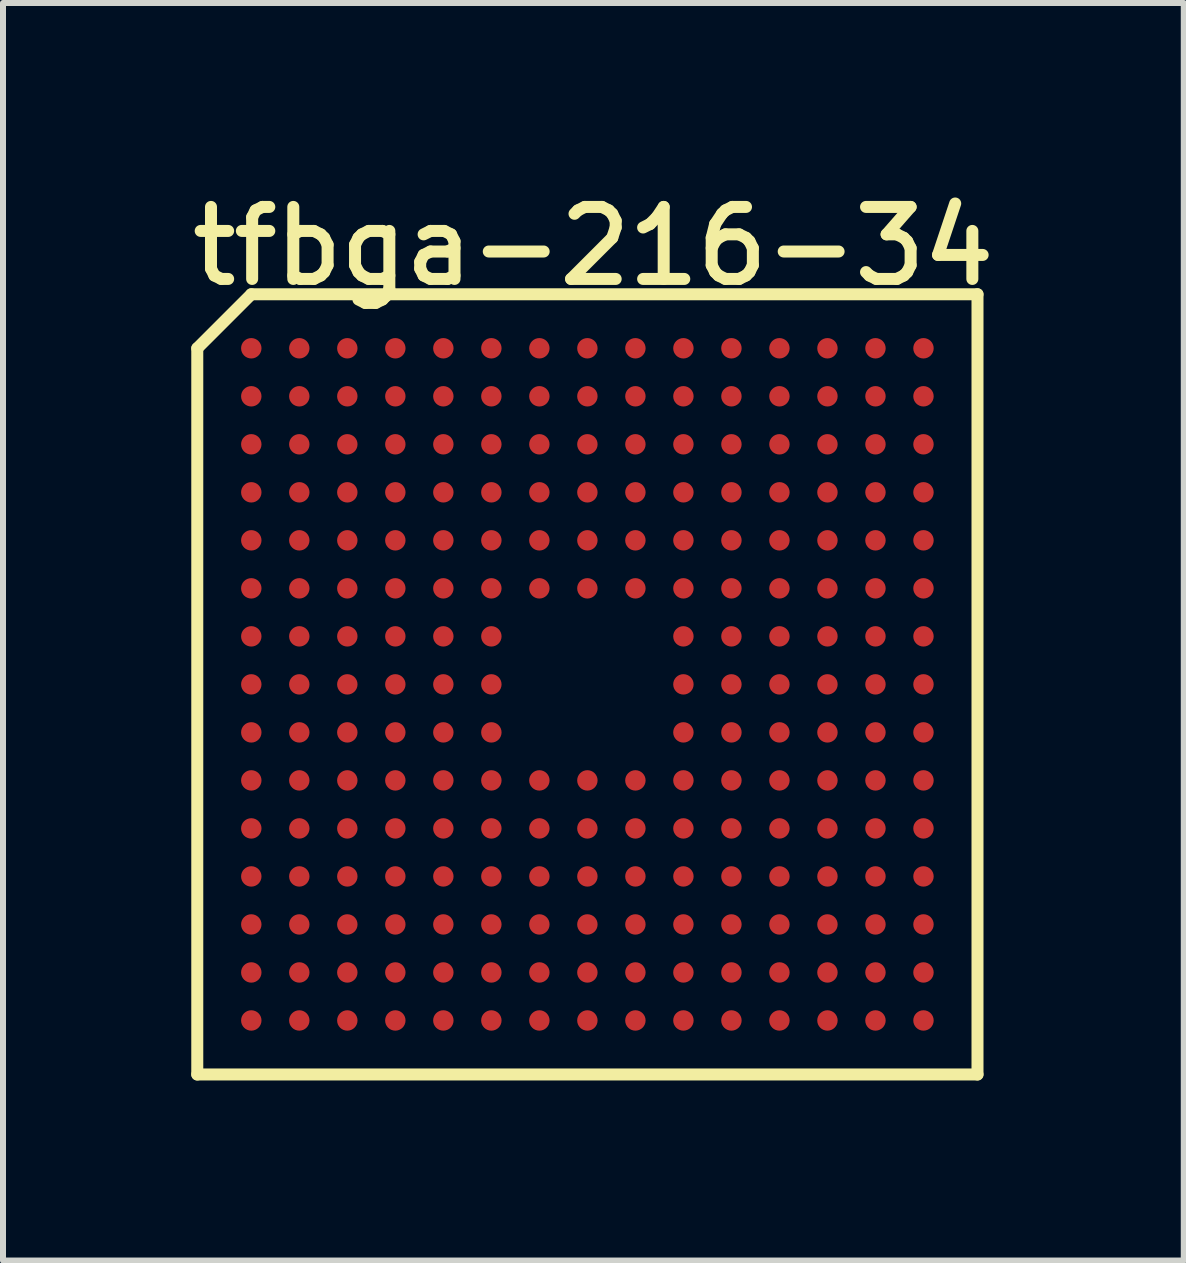
<source format=kicad_pcb>
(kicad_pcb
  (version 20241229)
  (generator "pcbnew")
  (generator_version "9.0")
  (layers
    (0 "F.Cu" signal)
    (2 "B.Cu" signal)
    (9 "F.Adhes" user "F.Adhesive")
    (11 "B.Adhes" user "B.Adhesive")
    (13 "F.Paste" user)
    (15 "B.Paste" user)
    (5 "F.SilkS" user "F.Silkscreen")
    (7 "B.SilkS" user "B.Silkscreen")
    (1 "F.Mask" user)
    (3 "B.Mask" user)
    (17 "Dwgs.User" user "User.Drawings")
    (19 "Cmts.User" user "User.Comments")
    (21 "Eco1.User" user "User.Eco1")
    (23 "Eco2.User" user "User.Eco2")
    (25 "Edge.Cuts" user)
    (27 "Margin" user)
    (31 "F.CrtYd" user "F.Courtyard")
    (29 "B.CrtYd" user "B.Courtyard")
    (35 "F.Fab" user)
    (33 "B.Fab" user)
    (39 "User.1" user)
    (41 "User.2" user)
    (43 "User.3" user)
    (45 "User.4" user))
  (footprint "tfbga-216-34"
    (layer "F.Cu")
    (at 6.737 8.353)
    (property "Reference" "tfbga-216-34" (at 0.1 -7.3 0) (layer "F.SilkS") (effects (font (size 1.2 1.2) (thickness 0.2))))
    (attr through_hole)
    (fp_line (start -6.5 -5.6) (end -6.5 6.5) (stroke (width 0.2) (type solid)) (layer "F.SilkS"))
    (fp_line (start -6.5 6.5) (end 6.5 6.5) (stroke (width 0.2) (type solid)) (layer "F.SilkS"))
    (fp_line (start -5.6 -6.5) (end -6.5 -5.6) (stroke (width 0.2) (type solid)) (layer "F.SilkS"))
    (fp_line (start 6.5 -6.5) (end -5.6 -6.5) (stroke (width 0.2) (type solid)) (layer "F.SilkS"))
    (fp_line (start 6.5 6.5) (end 6.5 -6.5) (stroke (width 0.2) (type solid)) (layer "F.SilkS"))
    (pad "A1" smd circle (at -5.6 -5.6) (size 0.34 0.34) (layers "F.Cu" "F.Mask" "F.Paste"))
    (pad "A2" smd circle (at -4.8 -5.6) (size 0.34 0.34) (layers "F.Cu" "F.Mask" "F.Paste"))
    (pad "A3" smd circle (at -4 -5.6) (size 0.34 0.34) (layers "F.Cu" "F.Mask" "F.Paste"))
    (pad "A4" smd circle (at -3.2 -5.6) (size 0.34 0.34) (layers "F.Cu" "F.Mask" "F.Paste"))
    (pad "A5" smd circle (at -2.4 -5.6) (size 0.34 0.34) (layers "F.Cu" "F.Mask" "F.Paste"))
    (pad "A6" smd circle (at -1.6 -5.6) (size 0.34 0.34) (layers "F.Cu" "F.Mask" "F.Paste"))
    (pad "A7" smd circle (at -0.8 -5.6) (size 0.34 0.34) (layers "F.Cu" "F.Mask" "F.Paste"))
    (pad "A8" smd circle (at 0 -5.6) (size 0.34 0.34) (layers "F.Cu" "F.Mask" "F.Paste"))
    (pad "A9" smd circle (at 0.8 -5.6) (size 0.34 0.34) (layers "F.Cu" "F.Mask" "F.Paste"))
    (pad "A10" smd circle (at 1.6 -5.6) (size 0.34 0.34) (layers "F.Cu" "F.Mask" "F.Paste"))
    (pad "A11" smd circle (at 2.4 -5.6) (size 0.34 0.34) (layers "F.Cu" "F.Mask" "F.Paste"))
    (pad "A12" smd circle (at 3.2 -5.6) (size 0.34 0.34) (layers "F.Cu" "F.Mask" "F.Paste"))
    (pad "A13" smd circle (at 4 -5.6) (size 0.34 0.34) (layers "F.Cu" "F.Mask" "F.Paste"))
    (pad "A14" smd circle (at 4.8 -5.6) (size 0.34 0.34) (layers "F.Cu" "F.Mask" "F.Paste"))
    (pad "A15" smd circle (at 5.6 -5.6) (size 0.34 0.34) (layers "F.Cu" "F.Mask" "F.Paste"))
    (pad "B1" smd circle (at -5.6 -4.8) (size 0.34 0.34) (layers "F.Cu" "F.Mask" "F.Paste"))
    (pad "B2" smd circle (at -4.8 -4.8) (size 0.34 0.34) (layers "F.Cu" "F.Mask" "F.Paste"))
    (pad "B3" smd circle (at -4 -4.8) (size 0.34 0.34) (layers "F.Cu" "F.Mask" "F.Paste"))
    (pad "B4" smd circle (at -3.2 -4.8) (size 0.34 0.34) (layers "F.Cu" "F.Mask" "F.Paste"))
    (pad "B5" smd circle (at -2.4 -4.8) (size 0.34 0.34) (layers "F.Cu" "F.Mask" "F.Paste"))
    (pad "B6" smd circle (at -1.6 -4.8) (size 0.34 0.34) (layers "F.Cu" "F.Mask" "F.Paste"))
    (pad "B7" smd circle (at -0.8 -4.8) (size 0.34 0.34) (layers "F.Cu" "F.Mask" "F.Paste"))
    (pad "B8" smd circle (at 0 -4.8) (size 0.34 0.34) (layers "F.Cu" "F.Mask" "F.Paste"))
    (pad "B9" smd circle (at 0.8 -4.8) (size 0.34 0.34) (layers "F.Cu" "F.Mask" "F.Paste"))
    (pad "B10" smd circle (at 1.6 -4.8) (size 0.34 0.34) (layers "F.Cu" "F.Mask" "F.Paste"))
    (pad "B11" smd circle (at 2.4 -4.8) (size 0.34 0.34) (layers "F.Cu" "F.Mask" "F.Paste"))
    (pad "B12" smd circle (at 3.2 -4.8) (size 0.34 0.34) (layers "F.Cu" "F.Mask" "F.Paste"))
    (pad "B13" smd circle (at 4 -4.8) (size 0.34 0.34) (layers "F.Cu" "F.Mask" "F.Paste"))
    (pad "B14" smd circle (at 4.8 -4.8) (size 0.34 0.34) (layers "F.Cu" "F.Mask" "F.Paste"))
    (pad "B15" smd circle (at 5.6 -4.8) (size 0.34 0.34) (layers "F.Cu" "F.Mask" "F.Paste"))
    (pad "C1" smd circle (at -5.6 -4) (size 0.34 0.34) (layers "F.Cu" "F.Mask" "F.Paste"))
    (pad "C2" smd circle (at -4.8 -4) (size 0.34 0.34) (layers "F.Cu" "F.Mask" "F.Paste"))
    (pad "C3" smd circle (at -4 -4) (size 0.34 0.34) (layers "F.Cu" "F.Mask" "F.Paste"))
    (pad "C4" smd circle (at -3.2 -4) (size 0.34 0.34) (layers "F.Cu" "F.Mask" "F.Paste"))
    (pad "C5" smd circle (at -2.4 -4) (size 0.34 0.34) (layers "F.Cu" "F.Mask" "F.Paste"))
    (pad "C6" smd circle (at -1.6 -4) (size 0.34 0.34) (layers "F.Cu" "F.Mask" "F.Paste"))
    (pad "C7" smd circle (at -0.8 -4) (size 0.34 0.34) (layers "F.Cu" "F.Mask" "F.Paste"))
    (pad "C8" smd circle (at 0 -4) (size 0.34 0.34) (layers "F.Cu" "F.Mask" "F.Paste"))
    (pad "C9" smd circle (at 0.8 -4) (size 0.34 0.34) (layers "F.Cu" "F.Mask" "F.Paste"))
    (pad "C10" smd circle (at 1.6 -4) (size 0.34 0.34) (layers "F.Cu" "F.Mask" "F.Paste"))
    (pad "C11" smd circle (at 2.4 -4) (size 0.34 0.34) (layers "F.Cu" "F.Mask" "F.Paste"))
    (pad "C12" smd circle (at 3.2 -4) (size 0.34 0.34) (layers "F.Cu" "F.Mask" "F.Paste"))
    (pad "C13" smd circle (at 4 -4) (size 0.34 0.34) (layers "F.Cu" "F.Mask" "F.Paste"))
    (pad "C14" smd circle (at 4.8 -4) (size 0.34 0.34) (layers "F.Cu" "F.Mask" "F.Paste"))
    (pad "C15" smd circle (at 5.6 -4) (size 0.34 0.34) (layers "F.Cu" "F.Mask" "F.Paste"))
    (pad "D1" smd circle (at -5.6 -3.2) (size 0.34 0.34) (layers "F.Cu" "F.Mask" "F.Paste"))
    (pad "D2" smd circle (at -4.8 -3.2) (size 0.34 0.34) (layers "F.Cu" "F.Mask" "F.Paste"))
    (pad "D3" smd circle (at -4 -3.2) (size 0.34 0.34) (layers "F.Cu" "F.Mask" "F.Paste"))
    (pad "D4" smd circle (at -3.2 -3.2) (size 0.34 0.34) (layers "F.Cu" "F.Mask" "F.Paste"))
    (pad "D5" smd circle (at -2.4 -3.2) (size 0.34 0.34) (layers "F.Cu" "F.Mask" "F.Paste"))
    (pad "D6" smd circle (at -1.6 -3.2) (size 0.34 0.34) (layers "F.Cu" "F.Mask" "F.Paste"))
    (pad "D7" smd circle (at -0.8 -3.2) (size 0.34 0.34) (layers "F.Cu" "F.Mask" "F.Paste"))
    (pad "D8" smd circle (at 0 -3.2) (size 0.34 0.34) (layers "F.Cu" "F.Mask" "F.Paste"))
    (pad "D9" smd circle (at 0.8 -3.2) (size 0.34 0.34) (layers "F.Cu" "F.Mask" "F.Paste"))
    (pad "D10" smd circle (at 1.6 -3.2) (size 0.34 0.34) (layers "F.Cu" "F.Mask" "F.Paste"))
    (pad "D11" smd circle (at 2.4 -3.2) (size 0.34 0.34) (layers "F.Cu" "F.Mask" "F.Paste"))
    (pad "D12" smd circle (at 3.2 -3.2) (size 0.34 0.34) (layers "F.Cu" "F.Mask" "F.Paste"))
    (pad "D13" smd circle (at 4 -3.2) (size 0.34 0.34) (layers "F.Cu" "F.Mask" "F.Paste"))
    (pad "D14" smd circle (at 4.8 -3.2) (size 0.34 0.34) (layers "F.Cu" "F.Mask" "F.Paste"))
    (pad "D15" smd circle (at 5.6 -3.2) (size 0.34 0.34) (layers "F.Cu" "F.Mask" "F.Paste"))
    (pad "E1" smd circle (at -5.6 -2.4) (size 0.34 0.34) (layers "F.Cu" "F.Mask" "F.Paste"))
    (pad "E2" smd circle (at -4.8 -2.4) (size 0.34 0.34) (layers "F.Cu" "F.Mask" "F.Paste"))
    (pad "E3" smd circle (at -4 -2.4) (size 0.34 0.34) (layers "F.Cu" "F.Mask" "F.Paste"))
    (pad "E4" smd circle (at -3.2 -2.4) (size 0.34 0.34) (layers "F.Cu" "F.Mask" "F.Paste"))
    (pad "E5" smd circle (at -2.4 -2.4) (size 0.34 0.34) (layers "F.Cu" "F.Mask" "F.Paste"))
    (pad "E6" smd circle (at -1.6 -2.4) (size 0.34 0.34) (layers "F.Cu" "F.Mask" "F.Paste"))
    (pad "E7" smd circle (at -0.8 -2.4) (size 0.34 0.34) (layers "F.Cu" "F.Mask" "F.Paste"))
    (pad "E8" smd circle (at 0 -2.4) (size 0.34 0.34) (layers "F.Cu" "F.Mask" "F.Paste"))
    (pad "E9" smd circle (at 0.8 -2.4) (size 0.34 0.34) (layers "F.Cu" "F.Mask" "F.Paste"))
    (pad "E10" smd circle (at 1.6 -2.4) (size 0.34 0.34) (layers "F.Cu" "F.Mask" "F.Paste"))
    (pad "E11" smd circle (at 2.4 -2.4) (size 0.34 0.34) (layers "F.Cu" "F.Mask" "F.Paste"))
    (pad "E12" smd circle (at 3.2 -2.4) (size 0.34 0.34) (layers "F.Cu" "F.Mask" "F.Paste"))
    (pad "E13" smd circle (at 4 -2.4) (size 0.34 0.34) (layers "F.Cu" "F.Mask" "F.Paste"))
    (pad "E14" smd circle (at 4.8 -2.4) (size 0.34 0.34) (layers "F.Cu" "F.Mask" "F.Paste"))
    (pad "E15" smd circle (at 5.6 -2.4) (size 0.34 0.34) (layers "F.Cu" "F.Mask" "F.Paste"))
    (pad "F1" smd circle (at -5.6 -1.6) (size 0.34 0.34) (layers "F.Cu" "F.Mask" "F.Paste"))
    (pad "F2" smd circle (at -4.8 -1.6) (size 0.34 0.34) (layers "F.Cu" "F.Mask" "F.Paste"))
    (pad "F3" smd circle (at -4 -1.6) (size 0.34 0.34) (layers "F.Cu" "F.Mask" "F.Paste"))
    (pad "F4" smd circle (at -3.2 -1.6) (size 0.34 0.34) (layers "F.Cu" "F.Mask" "F.Paste"))
    (pad "F5" smd circle (at -2.4 -1.6) (size 0.34 0.34) (layers "F.Cu" "F.Mask" "F.Paste"))
    (pad "F6" smd circle (at -1.6 -1.6) (size 0.34 0.34) (layers "F.Cu" "F.Mask" "F.Paste"))
    (pad "F7" smd circle (at -0.8 -1.6) (size 0.34 0.34) (layers "F.Cu" "F.Mask" "F.Paste"))
    (pad "F8" smd circle (at 0 -1.6) (size 0.34 0.34) (layers "F.Cu" "F.Mask" "F.Paste"))
    (pad "F9" smd circle (at 0.8 -1.6) (size 0.34 0.34) (layers "F.Cu" "F.Mask" "F.Paste"))
    (pad "F10" smd circle (at 1.6 -1.6) (size 0.34 0.34) (layers "F.Cu" "F.Mask" "F.Paste"))
    (pad "F11" smd circle (at 2.4 -1.6) (size 0.34 0.34) (layers "F.Cu" "F.Mask" "F.Paste"))
    (pad "F12" smd circle (at 3.2 -1.6) (size 0.34 0.34) (layers "F.Cu" "F.Mask" "F.Paste"))
    (pad "F13" smd circle (at 4 -1.6) (size 0.34 0.34) (layers "F.Cu" "F.Mask" "F.Paste"))
    (pad "F14" smd circle (at 4.8 -1.6) (size 0.34 0.34) (layers "F.Cu" "F.Mask" "F.Paste"))
    (pad "F15" smd circle (at 5.6 -1.6) (size 0.34 0.34) (layers "F.Cu" "F.Mask" "F.Paste"))
    (pad "G1" smd circle (at -5.6 -0.8) (size 0.34 0.34) (layers "F.Cu" "F.Mask" "F.Paste"))
    (pad "G2" smd circle (at -4.8 -0.8) (size 0.34 0.34) (layers "F.Cu" "F.Mask" "F.Paste"))
    (pad "G3" smd circle (at -4 -0.8) (size 0.34 0.34) (layers "F.Cu" "F.Mask" "F.Paste"))
    (pad "G4" smd circle (at -3.2 -0.8) (size 0.34 0.34) (layers "F.Cu" "F.Mask" "F.Paste"))
    (pad "G5" smd circle (at -2.4 -0.8) (size 0.34 0.34) (layers "F.Cu" "F.Mask" "F.Paste"))
    (pad "G6" smd circle (at -1.6 -0.8) (size 0.34 0.34) (layers "F.Cu" "F.Mask" "F.Paste"))
    (pad "G10" smd circle (at 1.6 -0.8) (size 0.34 0.34) (layers "F.Cu" "F.Mask" "F.Paste"))
    (pad "G11" smd circle (at 2.4 -0.8) (size 0.34 0.34) (layers "F.Cu" "F.Mask" "F.Paste"))
    (pad "G12" smd circle (at 3.2 -0.8) (size 0.34 0.34) (layers "F.Cu" "F.Mask" "F.Paste"))
    (pad "G13" smd circle (at 4 -0.8) (size 0.34 0.34) (layers "F.Cu" "F.Mask" "F.Paste"))
    (pad "G14" smd circle (at 4.8 -0.8) (size 0.34 0.34) (layers "F.Cu" "F.Mask" "F.Paste"))
    (pad "G15" smd circle (at 5.6 -0.8) (size 0.34 0.34) (layers "F.Cu" "F.Mask" "F.Paste"))
    (pad "H1" smd circle (at -5.6 0) (size 0.34 0.34) (layers "F.Cu" "F.Mask" "F.Paste"))
    (pad "H2" smd circle (at -4.8 0) (size 0.34 0.34) (layers "F.Cu" "F.Mask" "F.Paste"))
    (pad "H3" smd circle (at -4 0) (size 0.34 0.34) (layers "F.Cu" "F.Mask" "F.Paste"))
    (pad "H4" smd circle (at -3.2 0) (size 0.34 0.34) (layers "F.Cu" "F.Mask" "F.Paste"))
    (pad "H5" smd circle (at -2.4 0) (size 0.34 0.34) (layers "F.Cu" "F.Mask" "F.Paste"))
    (pad "H6" smd circle (at -1.6 0) (size 0.34 0.34) (layers "F.Cu" "F.Mask" "F.Paste"))
    (pad "H10" smd circle (at 1.6 0) (size 0.34 0.34) (layers "F.Cu" "F.Mask" "F.Paste"))
    (pad "H11" smd circle (at 2.4 0) (size 0.34 0.34) (layers "F.Cu" "F.Mask" "F.Paste"))
    (pad "H12" smd circle (at 3.2 0) (size 0.34 0.34) (layers "F.Cu" "F.Mask" "F.Paste"))
    (pad "H13" smd circle (at 4 0) (size 0.34 0.34) (layers "F.Cu" "F.Mask" "F.Paste"))
    (pad "H14" smd circle (at 4.8 0) (size 0.34 0.34) (layers "F.Cu" "F.Mask" "F.Paste"))
    (pad "H15" smd circle (at 5.6 0) (size 0.34 0.34) (layers "F.Cu" "F.Mask" "F.Paste"))
    (pad "J1" smd circle (at -5.6 0.8) (size 0.34 0.34) (layers "F.Cu" "F.Mask" "F.Paste"))
    (pad "J2" smd circle (at -4.8 0.8) (size 0.34 0.34) (layers "F.Cu" "F.Mask" "F.Paste"))
    (pad "J3" smd circle (at -4 0.8) (size 0.34 0.34) (layers "F.Cu" "F.Mask" "F.Paste"))
    (pad "J4" smd circle (at -3.2 0.8) (size 0.34 0.34) (layers "F.Cu" "F.Mask" "F.Paste"))
    (pad "J5" smd circle (at -2.4 0.8) (size 0.34 0.34) (layers "F.Cu" "F.Mask" "F.Paste"))
    (pad "J6" smd circle (at -1.6 0.8) (size 0.34 0.34) (layers "F.Cu" "F.Mask" "F.Paste"))
    (pad "J10" smd circle (at 1.6 0.8) (size 0.34 0.34) (layers "F.Cu" "F.Mask" "F.Paste"))
    (pad "J11" smd circle (at 2.4 0.8) (size 0.34 0.34) (layers "F.Cu" "F.Mask" "F.Paste"))
    (pad "J12" smd circle (at 3.2 0.8) (size 0.34 0.34) (layers "F.Cu" "F.Mask" "F.Paste"))
    (pad "J13" smd circle (at 4 0.8) (size 0.34 0.34) (layers "F.Cu" "F.Mask" "F.Paste"))
    (pad "J14" smd circle (at 4.8 0.8) (size 0.34 0.34) (layers "F.Cu" "F.Mask" "F.Paste"))
    (pad "J15" smd circle (at 5.6 0.8) (size 0.34 0.34) (layers "F.Cu" "F.Mask" "F.Paste"))
    (pad "K1" smd circle (at -5.6 1.6) (size 0.34 0.34) (layers "F.Cu" "F.Mask" "F.Paste"))
    (pad "K2" smd circle (at -4.8 1.6) (size 0.34 0.34) (layers "F.Cu" "F.Mask" "F.Paste"))
    (pad "K3" smd circle (at -4 1.6) (size 0.34 0.34) (layers "F.Cu" "F.Mask" "F.Paste"))
    (pad "K4" smd circle (at -3.2 1.6) (size 0.34 0.34) (layers "F.Cu" "F.Mask" "F.Paste"))
    (pad "K5" smd circle (at -2.4 1.6) (size 0.34 0.34) (layers "F.Cu" "F.Mask" "F.Paste"))
    (pad "K6" smd circle (at -1.6 1.6) (size 0.34 0.34) (layers "F.Cu" "F.Mask" "F.Paste"))
    (pad "K7" smd circle (at -0.8 1.6) (size 0.34 0.34) (layers "F.Cu" "F.Mask" "F.Paste"))
    (pad "K8" smd circle (at 0 1.6) (size 0.34 0.34) (layers "F.Cu" "F.Mask" "F.Paste"))
    (pad "K9" smd circle (at 0.8 1.6) (size 0.34 0.34) (layers "F.Cu" "F.Mask" "F.Paste"))
    (pad "K10" smd circle (at 1.6 1.6) (size 0.34 0.34) (layers "F.Cu" "F.Mask" "F.Paste"))
    (pad "K11" smd circle (at 2.4 1.6) (size 0.34 0.34) (layers "F.Cu" "F.Mask" "F.Paste"))
    (pad "K12" smd circle (at 3.2 1.6) (size 0.34 0.34) (layers "F.Cu" "F.Mask" "F.Paste"))
    (pad "K13" smd circle (at 4 1.6) (size 0.34 0.34) (layers "F.Cu" "F.Mask" "F.Paste"))
    (pad "K14" smd circle (at 4.8 1.6) (size 0.34 0.34) (layers "F.Cu" "F.Mask" "F.Paste"))
    (pad "K15" smd circle (at 5.6 1.6) (size 0.34 0.34) (layers "F.Cu" "F.Mask" "F.Paste"))
    (pad "L1" smd circle (at -5.6 2.4) (size 0.34 0.34) (layers "F.Cu" "F.Mask" "F.Paste"))
    (pad "L2" smd circle (at -4.8 2.4) (size 0.34 0.34) (layers "F.Cu" "F.Mask" "F.Paste"))
    (pad "L3" smd circle (at -4 2.4) (size 0.34 0.34) (layers "F.Cu" "F.Mask" "F.Paste"))
    (pad "L4" smd circle (at -3.2 2.4) (size 0.34 0.34) (layers "F.Cu" "F.Mask" "F.Paste"))
    (pad "L5" smd circle (at -2.4 2.4) (size 0.34 0.34) (layers "F.Cu" "F.Mask" "F.Paste"))
    (pad "L6" smd circle (at -1.6 2.4) (size 0.34 0.34) (layers "F.Cu" "F.Mask" "F.Paste"))
    (pad "L7" smd circle (at -0.8 2.4) (size 0.34 0.34) (layers "F.Cu" "F.Mask" "F.Paste"))
    (pad "L8" smd circle (at 0 2.4) (size 0.34 0.34) (layers "F.Cu" "F.Mask" "F.Paste"))
    (pad "L9" smd circle (at 0.8 2.4) (size 0.34 0.34) (layers "F.Cu" "F.Mask" "F.Paste"))
    (pad "L10" smd circle (at 1.6 2.4) (size 0.34 0.34) (layers "F.Cu" "F.Mask" "F.Paste"))
    (pad "L11" smd circle (at 2.4 2.4) (size 0.34 0.34) (layers "F.Cu" "F.Mask" "F.Paste"))
    (pad "L12" smd circle (at 3.2 2.4) (size 0.34 0.34) (layers "F.Cu" "F.Mask" "F.Paste"))
    (pad "L13" smd circle (at 4 2.4) (size 0.34 0.34) (layers "F.Cu" "F.Mask" "F.Paste"))
    (pad "L14" smd circle (at 4.8 2.4) (size 0.34 0.34) (layers "F.Cu" "F.Mask" "F.Paste"))
    (pad "L15" smd circle (at 5.6 2.4) (size 0.34 0.34) (layers "F.Cu" "F.Mask" "F.Paste"))
    (pad "M1" smd circle (at -5.6 3.2) (size 0.34 0.34) (layers "F.Cu" "F.Mask" "F.Paste"))
    (pad "M2" smd circle (at -4.8 3.2) (size 0.34 0.34) (layers "F.Cu" "F.Mask" "F.Paste"))
    (pad "M3" smd circle (at -4 3.2) (size 0.34 0.34) (layers "F.Cu" "F.Mask" "F.Paste"))
    (pad "M4" smd circle (at -3.2 3.2) (size 0.34 0.34) (layers "F.Cu" "F.Mask" "F.Paste"))
    (pad "M5" smd circle (at -2.4 3.2) (size 0.34 0.34) (layers "F.Cu" "F.Mask" "F.Paste"))
    (pad "M6" smd circle (at -1.6 3.2) (size 0.34 0.34) (layers "F.Cu" "F.Mask" "F.Paste"))
    (pad "M7" smd circle (at -0.8 3.2) (size 0.34 0.34) (layers "F.Cu" "F.Mask" "F.Paste"))
    (pad "M8" smd circle (at 0 3.2) (size 0.34 0.34) (layers "F.Cu" "F.Mask" "F.Paste"))
    (pad "M9" smd circle (at 0.8 3.2) (size 0.34 0.34) (layers "F.Cu" "F.Mask" "F.Paste"))
    (pad "M10" smd circle (at 1.6 3.2) (size 0.34 0.34) (layers "F.Cu" "F.Mask" "F.Paste"))
    (pad "M11" smd circle (at 2.4 3.2) (size 0.34 0.34) (layers "F.Cu" "F.Mask" "F.Paste"))
    (pad "M12" smd circle (at 3.2 3.2) (size 0.34 0.34) (layers "F.Cu" "F.Mask" "F.Paste"))
    (pad "M13" smd circle (at 4 3.2) (size 0.34 0.34) (layers "F.Cu" "F.Mask" "F.Paste"))
    (pad "M14" smd circle (at 4.8 3.2) (size 0.34 0.34) (layers "F.Cu" "F.Mask" "F.Paste"))
    (pad "M15" smd circle (at 5.6 3.2) (size 0.34 0.34) (layers "F.Cu" "F.Mask" "F.Paste"))
    (pad "N1" smd circle (at -5.6 4) (size 0.34 0.34) (layers "F.Cu" "F.Mask" "F.Paste"))
    (pad "N2" smd circle (at -4.8 4) (size 0.34 0.34) (layers "F.Cu" "F.Mask" "F.Paste"))
    (pad "N3" smd circle (at -4 4) (size 0.34 0.34) (layers "F.Cu" "F.Mask" "F.Paste"))
    (pad "N4" smd circle (at -3.2 4) (size 0.34 0.34) (layers "F.Cu" "F.Mask" "F.Paste"))
    (pad "N5" smd circle (at -2.4 4) (size 0.34 0.34) (layers "F.Cu" "F.Mask" "F.Paste"))
    (pad "N6" smd circle (at -1.6 4) (size 0.34 0.34) (layers "F.Cu" "F.Mask" "F.Paste"))
    (pad "N7" smd circle (at -0.8 4) (size 0.34 0.34) (layers "F.Cu" "F.Mask" "F.Paste"))
    (pad "N8" smd circle (at 0 4) (size 0.34 0.34) (layers "F.Cu" "F.Mask" "F.Paste"))
    (pad "N9" smd circle (at 0.8 4) (size 0.34 0.34) (layers "F.Cu" "F.Mask" "F.Paste"))
    (pad "N10" smd circle (at 1.6 4) (size 0.34 0.34) (layers "F.Cu" "F.Mask" "F.Paste"))
    (pad "N11" smd circle (at 2.4 4) (size 0.34 0.34) (layers "F.Cu" "F.Mask" "F.Paste"))
    (pad "N12" smd circle (at 3.2 4) (size 0.34 0.34) (layers "F.Cu" "F.Mask" "F.Paste"))
    (pad "N13" smd circle (at 4 4) (size 0.34 0.34) (layers "F.Cu" "F.Mask" "F.Paste"))
    (pad "N14" smd circle (at 4.8 4) (size 0.34 0.34) (layers "F.Cu" "F.Mask" "F.Paste"))
    (pad "N15" smd circle (at 5.6 4) (size 0.34 0.34) (layers "F.Cu" "F.Mask" "F.Paste"))
    (pad "P1" smd circle (at -5.6 4.8) (size 0.34 0.34) (layers "F.Cu" "F.Mask" "F.Paste"))
    (pad "P2" smd circle (at -4.8 4.8) (size 0.34 0.34) (layers "F.Cu" "F.Mask" "F.Paste"))
    (pad "P3" smd circle (at -4 4.8) (size 0.34 0.34) (layers "F.Cu" "F.Mask" "F.Paste"))
    (pad "P4" smd circle (at -3.2 4.8) (size 0.34 0.34) (layers "F.Cu" "F.Mask" "F.Paste"))
    (pad "P5" smd circle (at -2.4 4.8) (size 0.34 0.34) (layers "F.Cu" "F.Mask" "F.Paste"))
    (pad "P6" smd circle (at -1.6 4.8) (size 0.34 0.34) (layers "F.Cu" "F.Mask" "F.Paste"))
    (pad "P7" smd circle (at -0.8 4.8) (size 0.34 0.34) (layers "F.Cu" "F.Mask" "F.Paste"))
    (pad "P8" smd circle (at 0 4.8) (size 0.34 0.34) (layers "F.Cu" "F.Mask" "F.Paste"))
    (pad "P9" smd circle (at 0.8 4.8) (size 0.34 0.34) (layers "F.Cu" "F.Mask" "F.Paste"))
    (pad "P10" smd circle (at 1.6 4.8) (size 0.34 0.34) (layers "F.Cu" "F.Mask" "F.Paste"))
    (pad "P11" smd circle (at 2.4 4.8) (size 0.34 0.34) (layers "F.Cu" "F.Mask" "F.Paste"))
    (pad "P12" smd circle (at 3.2 4.8) (size 0.34 0.34) (layers "F.Cu" "F.Mask" "F.Paste"))
    (pad "P13" smd circle (at 4 4.8) (size 0.34 0.34) (layers "F.Cu" "F.Mask" "F.Paste"))
    (pad "P14" smd circle (at 4.8 4.8) (size 0.34 0.34) (layers "F.Cu" "F.Mask" "F.Paste"))
    (pad "P15" smd circle (at 5.6 4.8) (size 0.34 0.34) (layers "F.Cu" "F.Mask" "F.Paste"))
    (pad "R1" smd circle (at -5.6 5.6) (size 0.34 0.34) (layers "F.Cu" "F.Mask" "F.Paste"))
    (pad "R2" smd circle (at -4.8 5.6) (size 0.34 0.34) (layers "F.Cu" "F.Mask" "F.Paste"))
    (pad "R3" smd circle (at -4 5.6) (size 0.34 0.34) (layers "F.Cu" "F.Mask" "F.Paste"))
    (pad "R4" smd circle (at -3.2 5.6) (size 0.34 0.34) (layers "F.Cu" "F.Mask" "F.Paste"))
    (pad "R5" smd circle (at -2.4 5.6) (size 0.34 0.34) (layers "F.Cu" "F.Mask" "F.Paste"))
    (pad "R6" smd circle (at -1.6 5.6) (size 0.34 0.34) (layers "F.Cu" "F.Mask" "F.Paste"))
    (pad "R7" smd circle (at -0.8 5.6) (size 0.34 0.34) (layers "F.Cu" "F.Mask" "F.Paste"))
    (pad "R8" smd circle (at 0 5.6) (size 0.34 0.34) (layers "F.Cu" "F.Mask" "F.Paste"))
    (pad "R9" smd circle (at 0.8 5.6) (size 0.34 0.34) (layers "F.Cu" "F.Mask" "F.Paste"))
    (pad "R10" smd circle (at 1.6 5.6) (size 0.34 0.34) (layers "F.Cu" "F.Mask" "F.Paste"))
    (pad "R11" smd circle (at 2.4 5.6) (size 0.34 0.34) (layers "F.Cu" "F.Mask" "F.Paste"))
    (pad "R12" smd circle (at 3.2 5.6) (size 0.34 0.34) (layers "F.Cu" "F.Mask" "F.Paste"))
    (pad "R13" smd circle (at 4 5.6) (size 0.34 0.34) (layers "F.Cu" "F.Mask" "F.Paste"))
    (pad "R14" smd circle (at 4.8 5.6) (size 0.34 0.34) (layers "F.Cu" "F.Mask" "F.Paste"))
    (pad "R15" smd circle (at 5.6 5.6) (size 0.34 0.34) (layers "F.Cu" "F.Mask" "F.Paste")))
  (gr_rect
    (start -3 -3)
    (end 16.674 17.953)
    (stroke (width 0.1) (type default))
    (fill no)
    (layer "Edge.Cuts")))
</source>
